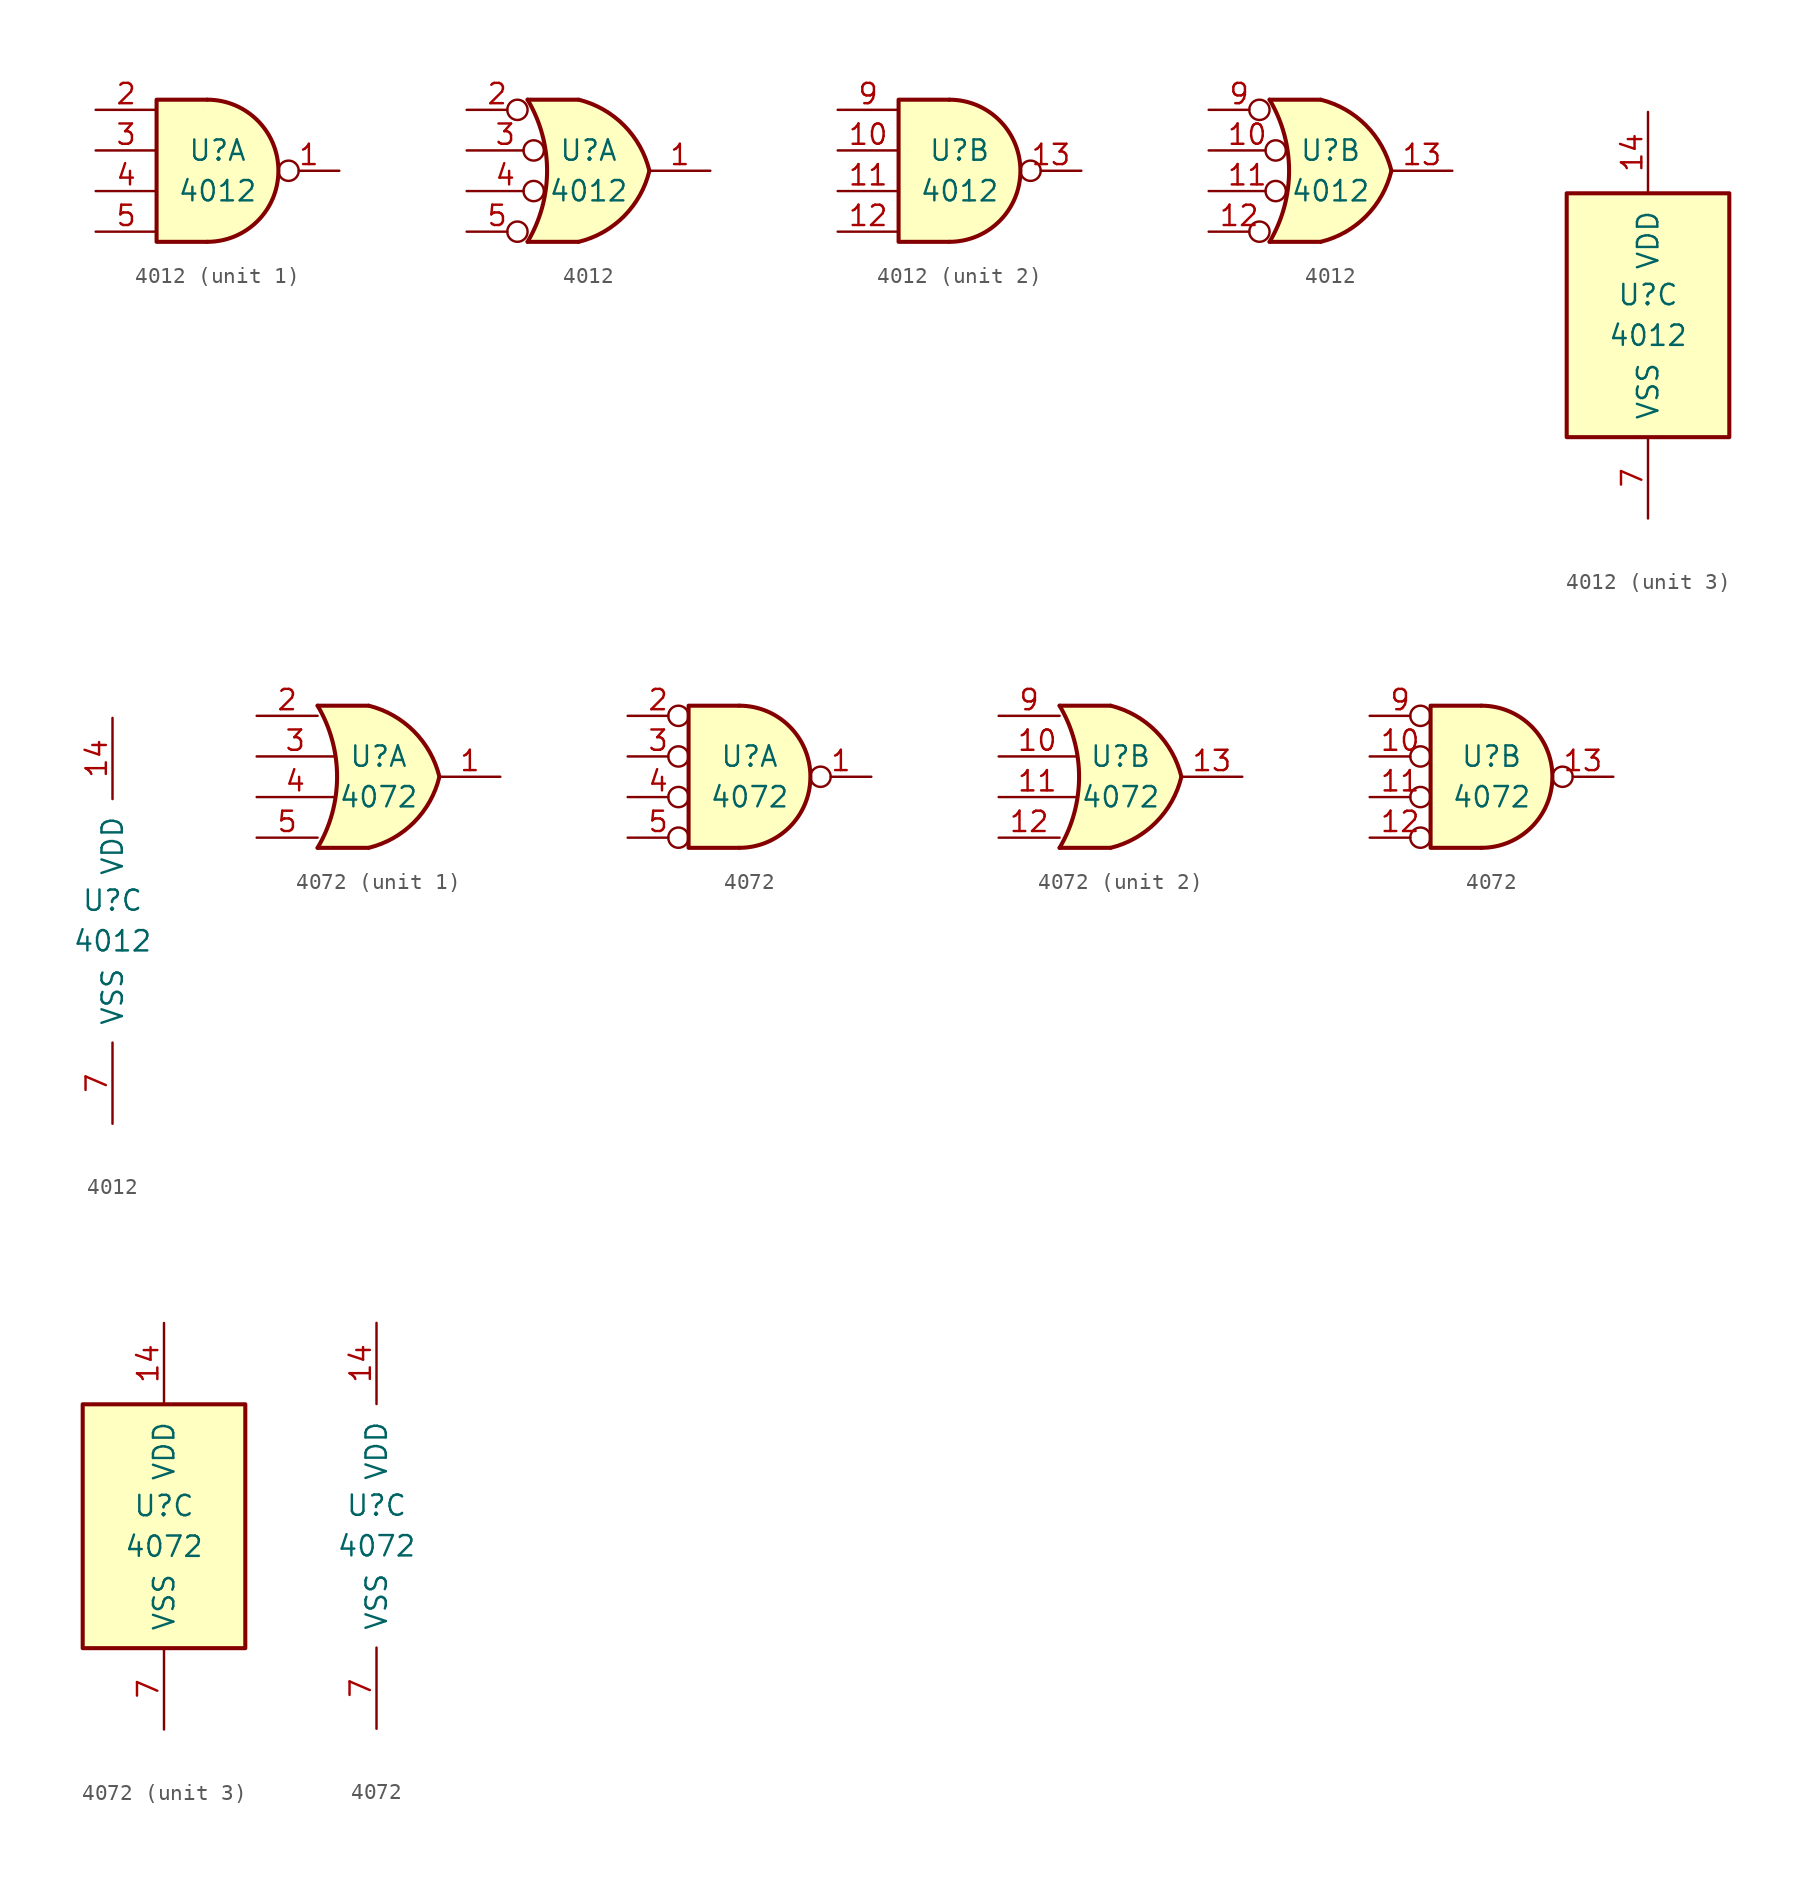
<source format=kicad_sym>
(kicad_symbol_lib
  (version 20211014)
  (generator kicad_symbol_editor)
  (symbol "4012"
    (pin_names
      (offset 1.016))
    (property "Reference" "U"
      (at 0 1.27 0)
      (effects (font (size 1.27 1.27))))
    (property "Value" "4012"
      (at 0 -1.27 0)
      (effects (font (size 1.27 1.27))))
    (property "ki_locked" ""
      (at 0 0 0)
      (effects (font (size 1.27 1.27))))
    (symbol "4012_1_1"
      (arc (start -0.635 -4.445) (mid 3.81 0) (end -0.635 4.445) (stroke (width 0.254) (type default) (color 0 0 0 0)) (fill (type background)))
      (polyline (pts (xy -0.635 4.445) (xy -3.81 4.445) (xy -3.81 -4.445) (xy -0.635 -4.445)) (stroke (width 0.254) (type default) (color 0 0 0 0)) (fill (type background)))
      (pin output inverted (at 7.62 0 180) (length 3.81) (name "~" (effects (font (size 1.27 1.27)))) (number "1" (effects (font (size 1.27 1.27)))))
      (pin input line (at -7.62 3.81 0) (length 3.81) (name "~" (effects (font (size 1.27 1.27)))) (number "2" (effects (font (size 1.27 1.27)))))
      (pin input line (at -7.62 1.27 0) (length 3.81) (name "~" (effects (font (size 1.27 1.27)))) (number "3" (effects (font (size 1.27 1.27)))))
      (pin input line (at -7.62 -1.27 0) (length 3.81) (name "~" (effects (font (size 1.27 1.27)))) (number "4" (effects (font (size 1.27 1.27)))))
      (pin input line (at -7.62 -3.81 0) (length 3.81) (name "~" (effects (font (size 1.27 1.27)))) (number "5" (effects (font (size 1.27 1.27))))))
    (symbol "4012_1_2"
      (arc (start -3.81 -4.445) (mid -2.5908 0) (end -3.81 4.445) (stroke (width 0.254) (type default) (color 0 0 0 0)) (fill (type none)))
      (arc (start -0.6096 -4.445) (mid 2.224 -2.8428) (end 3.81 0) (stroke (width 0.254) (type default) (color 0 0 0 0)) (fill (type background)))
      (polyline (pts (xy -3.81 -4.445) (xy -0.635 -4.445)) (stroke (width 0.254) (type default) (color 0 0 0 0)) (fill (type background)))
      (polyline (pts (xy -3.81 4.445) (xy -0.635 4.445)) (stroke (width 0.254) (type default) (color 0 0 0 0)) (fill (type background)))
      (polyline (pts (xy -0.635 4.445) (xy -3.81 4.445) (xy -3.81 4.445) (xy -3.632 4.089) (xy -3.099 2.921) (xy -2.769 1.676) (xy -2.616 0.432) (xy -2.642 -0.864) (xy -2.87 -2.108) (xy -3.251 -3.327) (xy -3.81 -4.445) (xy -3.81 -4.445) (xy -0.635 -4.445)) (stroke (width -25.4) (type default) (color 0 0 0 0)) (fill (type background)))
      (arc (start 3.81 0) (mid 2.2198 2.8386) (end -0.6096 4.445) (stroke (width 0.254) (type default) (color 0 0 0 0)) (fill (type background)))
      (pin output line (at 7.62 0 180) (length 3.81) (name "~" (effects (font (size 1.27 1.27)))) (number "1" (effects (font (size 1.27 1.27)))))
      (pin input inverted (at -7.62 3.81 0) (length 3.81) (name "~" (effects (font (size 1.27 1.27)))) (number "2" (effects (font (size 1.27 1.27)))))
      (pin input inverted (at -7.62 1.27 0) (length 4.826) (name "~" (effects (font (size 1.27 1.27)))) (number "3" (effects (font (size 1.27 1.27)))))
      (pin input inverted (at -7.62 -1.27 0) (length 4.826) (name "~" (effects (font (size 1.27 1.27)))) (number "4" (effects (font (size 1.27 1.27)))))
      (pin input inverted (at -7.62 -3.81 0) (length 3.81) (name "~" (effects (font (size 1.27 1.27)))) (number "5" (effects (font (size 1.27 1.27))))))
    (symbol "4012_2_1"
      (arc (start -0.635 -4.445) (mid 3.81 0) (end -0.635 4.445) (stroke (width 0.254) (type default) (color 0 0 0 0)) (fill (type background)))
      (polyline (pts (xy -0.635 4.445) (xy -3.81 4.445) (xy -3.81 -4.445) (xy -0.635 -4.445)) (stroke (width 0.254) (type default) (color 0 0 0 0)) (fill (type background)))
      (pin input line (at -7.62 1.27 0) (length 3.81) (name "~" (effects (font (size 1.27 1.27)))) (number "10" (effects (font (size 1.27 1.27)))))
      (pin input line (at -7.62 -1.27 0) (length 3.81) (name "~" (effects (font (size 1.27 1.27)))) (number "11" (effects (font (size 1.27 1.27)))))
      (pin input line (at -7.62 -3.81 0) (length 3.81) (name "~" (effects (font (size 1.27 1.27)))) (number "12" (effects (font (size 1.27 1.27)))))
      (pin output inverted (at 7.62 0 180) (length 3.81) (name "~" (effects (font (size 1.27 1.27)))) (number "13" (effects (font (size 1.27 1.27)))))
      (pin input line (at -7.62 3.81 0) (length 3.81) (name "~" (effects (font (size 1.27 1.27)))) (number "9" (effects (font (size 1.27 1.27))))))
    (symbol "4012_2_2"
      (arc (start -3.81 -4.445) (mid -2.5908 0) (end -3.81 4.445) (stroke (width 0.254) (type default) (color 0 0 0 0)) (fill (type none)))
      (arc (start -0.6096 -4.445) (mid 2.224 -2.8428) (end 3.81 0) (stroke (width 0.254) (type default) (color 0 0 0 0)) (fill (type background)))
      (polyline (pts (xy -3.81 -4.445) (xy -0.635 -4.445)) (stroke (width 0.254) (type default) (color 0 0 0 0)) (fill (type background)))
      (polyline (pts (xy -3.81 4.445) (xy -0.635 4.445)) (stroke (width 0.254) (type default) (color 0 0 0 0)) (fill (type background)))
      (polyline (pts (xy -0.635 4.445) (xy -3.81 4.445) (xy -3.81 4.445) (xy -3.632 4.089) (xy -3.099 2.921) (xy -2.769 1.676) (xy -2.616 0.432) (xy -2.642 -0.864) (xy -2.87 -2.108) (xy -3.251 -3.327) (xy -3.81 -4.445) (xy -3.81 -4.445) (xy -0.635 -4.445)) (stroke (width -25.4) (type default) (color 0 0 0 0)) (fill (type background)))
      (arc (start 3.81 0) (mid 2.2198 2.8386) (end -0.6096 4.445) (stroke (width 0.254) (type default) (color 0 0 0 0)) (fill (type background)))
      (pin input inverted (at -7.62 1.27 0) (length 4.826) (name "~" (effects (font (size 1.27 1.27)))) (number "10" (effects (font (size 1.27 1.27)))))
      (pin input inverted (at -7.62 -1.27 0) (length 4.826) (name "~" (effects (font (size 1.27 1.27)))) (number "11" (effects (font (size 1.27 1.27)))))
      (pin input inverted (at -7.62 -3.81 0) (length 3.81) (name "~" (effects (font (size 1.27 1.27)))) (number "12" (effects (font (size 1.27 1.27)))))
      (pin output line (at 7.62 0 180) (length 3.81) (name "~" (effects (font (size 1.27 1.27)))) (number "13" (effects (font (size 1.27 1.27)))))
      (pin input inverted (at -7.62 3.81 0) (length 3.81) (name "~" (effects (font (size 1.27 1.27)))) (number "9" (effects (font (size 1.27 1.27))))))
    (symbol "4012_3_0"
      (pin power_in line (at 0 12.7 270) (length 5.08) (name "VDD" (effects (font (size 1.27 1.27)))) (number "14" (effects (font (size 1.27 1.27)))))
      (pin power_in line (at 0 -12.7 90) (length 5.08) (name "VSS" (effects (font (size 1.27 1.27)))) (number "7" (effects (font (size 1.27 1.27))))))
    (symbol "4012_3_1"
      (rectangle (start -5.08 7.62) (end 5.08 -7.62) (stroke (width 0.254) (type default) (color 0 0 0 0)) (fill (type background)))))
  (symbol "4072"
    (pin_names
      (offset 1.016))
    (property "Reference" "U"
      (at 0 1.27 0)
      (effects (font (size 1.27 1.27))))
    (property "Value" "4072"
      (at 0 -1.27 0)
      (effects (font (size 1.27 1.27))))
    (property "ki_locked" ""
      (at 0 0 0)
      (effects (font (size 1.27 1.27))))
    (symbol "4072_1_1"
      (arc (start -3.81 -4.445) (mid -2.5908 0) (end -3.81 4.445) (stroke (width 0.254) (type default) (color 0 0 0 0)) (fill (type none)))
      (arc (start -0.6096 -4.445) (mid 2.224 -2.8428) (end 3.81 0) (stroke (width 0.254) (type default) (color 0 0 0 0)) (fill (type background)))
      (polyline (pts (xy -3.81 -4.445) (xy -0.635 -4.445)) (stroke (width 0.254) (type default) (color 0 0 0 0)) (fill (type background)))
      (polyline (pts (xy -3.81 4.445) (xy -0.635 4.445)) (stroke (width 0.254) (type default) (color 0 0 0 0)) (fill (type background)))
      (polyline (pts (xy -0.635 4.445) (xy -3.81 4.445) (xy -3.81 4.445) (xy -3.632 4.089) (xy -3.099 2.921) (xy -2.769 1.676) (xy -2.616 0.432) (xy -2.642 -0.864) (xy -2.87 -2.108) (xy -3.251 -3.327) (xy -3.81 -4.445) (xy -3.81 -4.445) (xy -0.635 -4.445)) (stroke (width -25.4) (type default) (color 0 0 0 0)) (fill (type background)))
      (arc (start 3.81 0) (mid 2.2198 2.8386) (end -0.6096 4.445) (stroke (width 0.254) (type default) (color 0 0 0 0)) (fill (type background)))
      (pin output line (at 7.62 0 180) (length 3.81) (name "~" (effects (font (size 1.27 1.27)))) (number "1" (effects (font (size 1.27 1.27)))))
      (pin input line (at -7.62 3.81 0) (length 3.81) (name "~" (effects (font (size 1.27 1.27)))) (number "2" (effects (font (size 1.27 1.27)))))
      (pin input line (at -7.62 1.27 0) (length 4.826) (name "~" (effects (font (size 1.27 1.27)))) (number "3" (effects (font (size 1.27 1.27)))))
      (pin input line (at -7.62 -1.27 0) (length 4.826) (name "~" (effects (font (size 1.27 1.27)))) (number "4" (effects (font (size 1.27 1.27)))))
      (pin input line (at -7.62 -3.81 0) (length 3.81) (name "~" (effects (font (size 1.27 1.27)))) (number "5" (effects (font (size 1.27 1.27))))))
    (symbol "4072_1_2"
      (arc (start -0.635 -4.445) (mid 3.81 0) (end -0.635 4.445) (stroke (width 0.254) (type default) (color 0 0 0 0)) (fill (type background)))
      (polyline (pts (xy -0.635 4.445) (xy -3.81 4.445) (xy -3.81 -4.445) (xy -0.635 -4.445)) (stroke (width 0.254) (type default) (color 0 0 0 0)) (fill (type background)))
      (pin output inverted (at 7.62 0 180) (length 3.81) (name "~" (effects (font (size 1.27 1.27)))) (number "1" (effects (font (size 1.27 1.27)))))
      (pin input inverted (at -7.62 3.81 0) (length 3.81) (name "~" (effects (font (size 1.27 1.27)))) (number "2" (effects (font (size 1.27 1.27)))))
      (pin input inverted (at -7.62 1.27 0) (length 3.81) (name "~" (effects (font (size 1.27 1.27)))) (number "3" (effects (font (size 1.27 1.27)))))
      (pin input inverted (at -7.62 -1.27 0) (length 3.81) (name "~" (effects (font (size 1.27 1.27)))) (number "4" (effects (font (size 1.27 1.27)))))
      (pin input inverted (at -7.62 -3.81 0) (length 3.81) (name "~" (effects (font (size 1.27 1.27)))) (number "5" (effects (font (size 1.27 1.27))))))
    (symbol "4072_2_1"
      (arc (start -3.81 -4.445) (mid -2.5908 0) (end -3.81 4.445) (stroke (width 0.254) (type default) (color 0 0 0 0)) (fill (type none)))
      (arc (start -0.6096 -4.445) (mid 2.224 -2.8428) (end 3.81 0) (stroke (width 0.254) (type default) (color 0 0 0 0)) (fill (type background)))
      (polyline (pts (xy -3.81 -4.445) (xy -0.635 -4.445)) (stroke (width 0.254) (type default) (color 0 0 0 0)) (fill (type background)))
      (polyline (pts (xy -3.81 4.445) (xy -0.635 4.445)) (stroke (width 0.254) (type default) (color 0 0 0 0)) (fill (type background)))
      (polyline (pts (xy -0.635 4.445) (xy -3.81 4.445) (xy -3.81 4.445) (xy -3.632 4.089) (xy -3.099 2.921) (xy -2.769 1.676) (xy -2.616 0.432) (xy -2.642 -0.864) (xy -2.87 -2.108) (xy -3.251 -3.327) (xy -3.81 -4.445) (xy -3.81 -4.445) (xy -0.635 -4.445)) (stroke (width -25.4) (type default) (color 0 0 0 0)) (fill (type background)))
      (arc (start 3.81 0) (mid 2.2198 2.8386) (end -0.6096 4.445) (stroke (width 0.254) (type default) (color 0 0 0 0)) (fill (type background)))
      (pin input line (at -7.62 1.27 0) (length 4.826) (name "~" (effects (font (size 1.27 1.27)))) (number "10" (effects (font (size 1.27 1.27)))))
      (pin input line (at -7.62 -1.27 0) (length 4.826) (name "~" (effects (font (size 1.27 1.27)))) (number "11" (effects (font (size 1.27 1.27)))))
      (pin input line (at -7.62 -3.81 0) (length 3.81) (name "~" (effects (font (size 1.27 1.27)))) (number "12" (effects (font (size 1.27 1.27)))))
      (pin output line (at 7.62 0 180) (length 3.81) (name "~" (effects (font (size 1.27 1.27)))) (number "13" (effects (font (size 1.27 1.27)))))
      (pin input line (at -7.62 3.81 0) (length 3.81) (name "~" (effects (font (size 1.27 1.27)))) (number "9" (effects (font (size 1.27 1.27))))))
    (symbol "4072_2_2"
      (arc (start -0.635 -4.445) (mid 3.81 0) (end -0.635 4.445) (stroke (width 0.254) (type default) (color 0 0 0 0)) (fill (type background)))
      (polyline (pts (xy -0.635 4.445) (xy -3.81 4.445) (xy -3.81 -4.445) (xy -0.635 -4.445)) (stroke (width 0.254) (type default) (color 0 0 0 0)) (fill (type background)))
      (pin input inverted (at -7.62 1.27 0) (length 3.81) (name "~" (effects (font (size 1.27 1.27)))) (number "10" (effects (font (size 1.27 1.27)))))
      (pin input inverted (at -7.62 -1.27 0) (length 3.81) (name "~" (effects (font (size 1.27 1.27)))) (number "11" (effects (font (size 1.27 1.27)))))
      (pin input inverted (at -7.62 -3.81 0) (length 3.81) (name "~" (effects (font (size 1.27 1.27)))) (number "12" (effects (font (size 1.27 1.27)))))
      (pin output inverted (at 7.62 0 180) (length 3.81) (name "~" (effects (font (size 1.27 1.27)))) (number "13" (effects (font (size 1.27 1.27)))))
      (pin input inverted (at -7.62 3.81 0) (length 3.81) (name "~" (effects (font (size 1.27 1.27)))) (number "9" (effects (font (size 1.27 1.27))))))
    (symbol "4072_3_0"
      (pin power_in line (at 0 12.7 270) (length 5.08) (name "VDD" (effects (font (size 1.27 1.27)))) (number "14" (effects (font (size 1.27 1.27)))))
      (pin power_in line (at 0 -12.7 90) (length 5.08) (name "VSS" (effects (font (size 1.27 1.27)))) (number "7" (effects (font (size 1.27 1.27))))))
    (symbol "4072_3_1"
      (rectangle (start -5.08 7.62) (end 5.08 -7.62) (stroke (width 0.254) (type default) (color 0 0 0 0)) (fill (type background))))))
</source>
